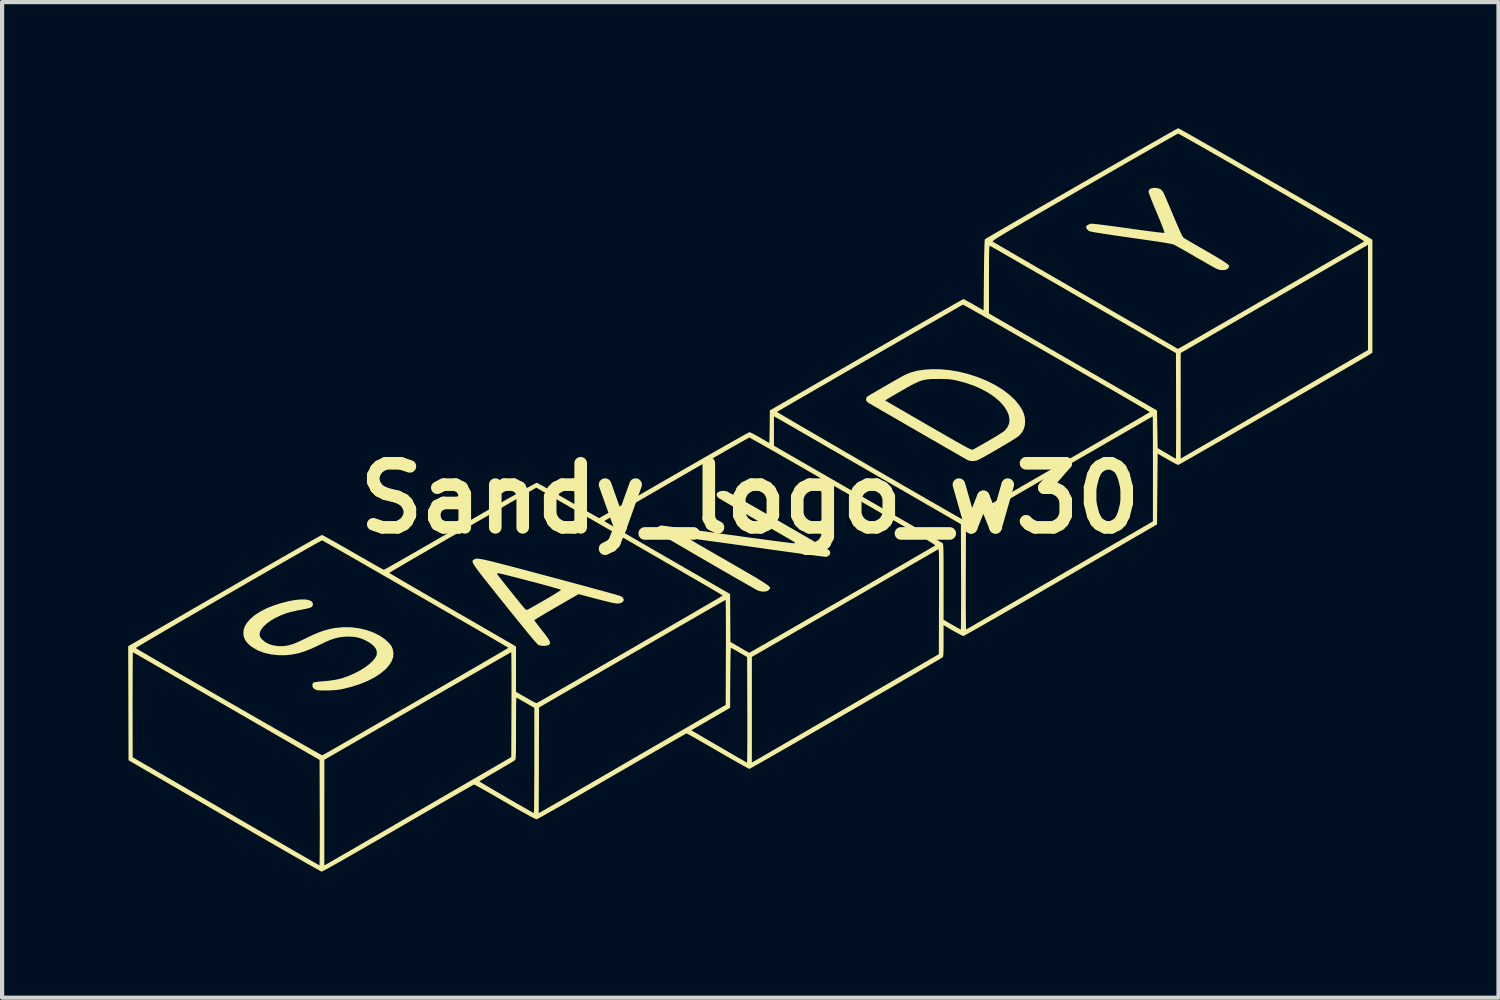
<source format=kicad_pcb>
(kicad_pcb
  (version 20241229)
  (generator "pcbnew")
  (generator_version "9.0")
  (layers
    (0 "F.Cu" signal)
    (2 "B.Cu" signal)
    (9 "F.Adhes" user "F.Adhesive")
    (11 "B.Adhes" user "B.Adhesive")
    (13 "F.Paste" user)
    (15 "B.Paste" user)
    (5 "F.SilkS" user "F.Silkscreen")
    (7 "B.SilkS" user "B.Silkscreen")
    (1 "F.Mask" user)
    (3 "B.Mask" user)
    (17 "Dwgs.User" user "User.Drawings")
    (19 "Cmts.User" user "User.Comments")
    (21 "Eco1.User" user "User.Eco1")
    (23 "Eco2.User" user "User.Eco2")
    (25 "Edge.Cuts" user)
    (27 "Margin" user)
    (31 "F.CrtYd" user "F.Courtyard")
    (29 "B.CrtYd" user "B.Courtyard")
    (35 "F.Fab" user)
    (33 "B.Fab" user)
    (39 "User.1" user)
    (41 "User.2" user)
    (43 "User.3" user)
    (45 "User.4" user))
  (footprint "Sandy_logo_w30"
    (layer "F.Cu")
    (at 14.793 8.807)
    (property "Reference" "Sandy_logo_w30" (at 0 0 0) (layer "F.SilkS") (effects (font (size 1.524 1.524) (thickness 0.3))))
    (attr board_only exclude_from_pos_files exclude_from_bom)
    (fp_poly (pts (xy 9.71 -7.379) (xy 9.769 -7.355) (xy 9.814 -7.312) (xy 9.845 -7.258) (xy 9.859 -7.226) (xy 9.884 -7.169) (xy 9.917 -7.093) (xy 9.956 -7) (xy 10.001 -6.896) (xy 10.048 -6.783) (xy 10.082 -6.701) (xy 10.141 -6.563) (xy 10.19 -6.451) (xy 10.229 -6.362) (xy 10.261 -6.294) (xy 10.286 -6.246) (xy 10.305 -6.215) (xy 10.32 -6.198) (xy 10.321 -6.197) (xy 10.343 -6.183) (xy 10.387 -6.157) (xy 10.451 -6.119) (xy 10.532 -6.072) (xy 10.626 -6.017) (xy 10.73 -5.957) (xy 10.842 -5.893) (xy 10.847 -5.89) (xy 10.987 -5.809) (xy 11.102 -5.741) (xy 11.195 -5.685) (xy 11.268 -5.639) (xy 11.323 -5.602) (xy 11.362 -5.573) (xy 11.387 -5.55) (xy 11.399 -5.532) (xy 11.402 -5.52) (xy 11.393 -5.5) (xy 11.369 -5.471) (xy 11.365 -5.468) (xy 11.338 -5.446) (xy 11.305 -5.435) (xy 11.256 -5.431) (xy 11.242 -5.431) (xy 11.189 -5.434) (xy 11.143 -5.445) (xy 11.091 -5.467) (xy 11.05 -5.489) (xy 11.009 -5.511) (xy 10.948 -5.546) (xy 10.869 -5.591) (xy 10.777 -5.644) (xy 10.677 -5.701) (xy 10.573 -5.761) (xy 10.555 -5.772) (xy 10.453 -5.83) (xy 10.357 -5.885) (xy 10.27 -5.935) (xy 10.196 -5.976) (xy 10.14 -6.008) (xy 10.105 -6.027) (xy 10.1 -6.03) (xy 10.081 -6.038) (xy 10.053 -6.046) (xy 10.014 -6.055) (xy 9.961 -6.065) (xy 9.893 -6.077) (xy 9.807 -6.092) (xy 9.702 -6.108) (xy 9.575 -6.127) (xy 9.424 -6.149) (xy 9.247 -6.174) (xy 9.079 -6.198) (xy 8.855 -6.23) (xy 8.658 -6.259) (xy 8.489 -6.284) (xy 8.348 -6.306) (xy 8.235 -6.324) (xy 8.151 -6.339) (xy 8.096 -6.351) (xy 8.072 -6.358) (xy 8.027 -6.391) (xy 8.004 -6.427) (xy 7.997 -6.461) (xy 8.01 -6.485) (xy 8.024 -6.497) (xy 8.064 -6.52) (xy 8.109 -6.535) (xy 8.135 -6.535) (xy 8.189 -6.53) (xy 8.27 -6.522) (xy 8.375 -6.509) (xy 8.502 -6.493) (xy 8.652 -6.473) (xy 8.82 -6.45) (xy 9.004 -6.424) (xy 9.16 -6.402) (xy 9.307 -6.382) (xy 9.442 -6.364) (xy 9.564 -6.348) (xy 9.668 -6.335) (xy 9.752 -6.325) (xy 9.815 -6.319) (xy 9.852 -6.316) (xy 9.862 -6.316) (xy 9.86 -6.332) (xy 9.846 -6.373) (xy 9.824 -6.434) (xy 9.793 -6.513) (xy 9.756 -6.607) (xy 9.713 -6.712) (xy 9.678 -6.794) (xy 9.631 -6.906) (xy 9.589 -7.011) (xy 9.551 -7.104) (xy 9.52 -7.183) (xy 9.498 -7.244) (xy 9.485 -7.283) (xy 9.482 -7.296) (xy 9.495 -7.342) (xy 9.533 -7.372) (xy 9.595 -7.386) (xy 9.63 -7.387)) (stroke (width 0) (type solid)) (fill yes) (layer "F.SilkS"))
    (fp_poly (pts (xy -10.505 2.417) (xy -10.439 2.445) (xy -10.423 2.457) (xy -10.4 2.495) (xy -10.4 2.54) (xy -10.421 2.579) (xy -10.433 2.588) (xy -10.461 2.6) (xy -10.512 2.615) (xy -10.579 2.63) (xy -10.654 2.646) (xy -10.663 2.647) (xy -10.79 2.671) (xy -10.894 2.695) (xy -10.984 2.719) (xy -11.067 2.746) (xy -11.151 2.779) (xy -11.179 2.79) (xy -11.302 2.85) (xy -11.413 2.916) (xy -11.508 2.987) (xy -11.583 3.059) (xy -11.635 3.13) (xy -11.658 3.183) (xy -11.667 3.236) (xy -11.66 3.28) (xy -11.633 3.326) (xy -11.607 3.356) (xy -11.536 3.418) (xy -11.443 3.466) (xy -11.335 3.499) (xy -11.218 3.516) (xy -11.1 3.515) (xy -11.065 3.511) (xy -11 3.5) (xy -10.94 3.486) (xy -10.879 3.467) (xy -10.812 3.442) (xy -10.734 3.408) (xy -10.64 3.364) (xy -10.527 3.309) (xy -10.383 3.24) (xy -10.256 3.187) (xy -10.137 3.145) (xy -10.02 3.113) (xy -9.896 3.088) (xy -9.849 3.081) (xy -9.666 3.064) (xy -9.481 3.067) (xy -9.298 3.091) (xy -9.122 3.133) (xy -8.957 3.192) (xy -8.808 3.267) (xy -8.679 3.356) (xy -8.627 3.403) (xy -8.575 3.456) (xy -8.541 3.499) (xy -8.518 3.538) (xy -8.501 3.584) (xy -8.499 3.592) (xy -8.482 3.685) (xy -8.489 3.773) (xy -8.52 3.863) (xy -8.582 3.967) (xy -8.671 4.067) (xy -8.786 4.163) (xy -8.924 4.254) (xy -9.083 4.337) (xy -9.262 4.411) (xy -9.457 4.476) (xy -9.641 4.524) (xy -9.731 4.543) (xy -9.813 4.556) (xy -9.9 4.564) (xy -10 4.569) (xy -10.044 4.57) (xy -10.146 4.571) (xy -10.228 4.569) (xy -10.286 4.565) (xy -10.315 4.559) (xy -10.372 4.529) (xy -10.403 4.492) (xy -10.412 4.447) (xy -10.403 4.401) (xy -10.384 4.382) (xy -10.359 4.375) (xy -10.31 4.367) (xy -10.245 4.359) (xy -10.169 4.352) (xy -10.151 4.351) (xy -9.993 4.336) (xy -9.857 4.315) (xy -9.732 4.287) (xy -9.612 4.248) (xy -9.486 4.197) (xy -9.41 4.163) (xy -9.28 4.096) (xy -9.164 4.023) (xy -9.063 3.948) (xy -8.981 3.873) (xy -8.92 3.8) (xy -8.885 3.733) (xy -8.882 3.723) (xy -8.877 3.649) (xy -8.901 3.577) (xy -8.955 3.507) (xy -9.038 3.441) (xy -9.138 3.383) (xy -9.246 3.335) (xy -9.353 3.305) (xy -9.467 3.29) (xy -9.597 3.289) (xy -9.609 3.29) (xy -9.706 3.297) (xy -9.796 3.311) (xy -9.887 3.334) (xy -9.983 3.367) (xy -10.092 3.413) (xy -10.218 3.474) (xy -10.247 3.488) (xy -10.429 3.574) (xy -10.596 3.64) (xy -10.752 3.687) (xy -10.904 3.717) (xy -11.056 3.731) (xy -11.214 3.731) (xy -11.215 3.731) (xy -11.394 3.712) (xy -11.561 3.674) (xy -11.71 3.617) (xy -11.84 3.542) (xy -11.911 3.487) (xy -11.981 3.414) (xy -12.026 3.342) (xy -12.048 3.264) (xy -12.053 3.202) (xy -12.044 3.118) (xy -12.017 3.039) (xy -11.968 2.96) (xy -11.894 2.875) (xy -11.883 2.864) (xy -11.778 2.775) (xy -11.646 2.69) (xy -11.492 2.612) (xy -11.318 2.543) (xy -11.15 2.49) (xy -10.985 2.448) (xy -10.836 2.42) (xy -10.705 2.405) (xy -10.594 2.404)) (stroke (width 0) (type solid)) (fill yes) (layer "F.SilkS"))
    (fp_poly (pts (xy -6.457 1.436) (xy -6.418 1.441) (xy -6.37 1.45) (xy -6.311 1.462) (xy -6.238 1.478) (xy -6.15 1.499) (xy -6.046 1.525) (xy -5.925 1.556) (xy -5.783 1.593) (xy -5.621 1.635) (xy -5.435 1.684) (xy -5.226 1.74) (xy -4.99 1.803) (xy -4.778 1.859) (xy -4.562 1.917) (xy -4.352 1.973) (xy -4.152 2.027) (xy -3.963 2.078) (xy -3.787 2.126) (xy -3.626 2.17) (xy -3.482 2.209) (xy -3.357 2.244) (xy -3.253 2.273) (xy -3.171 2.297) (xy -3.114 2.313) (xy -3.083 2.323) (xy -3.08 2.325) (xy -3.028 2.359) (xy -3.004 2.398) (xy -3.007 2.436) (xy -3.034 2.469) (xy -3.084 2.493) (xy -3.131 2.502) (xy -3.159 2.502) (xy -3.196 2.499) (xy -3.245 2.49) (xy -3.31 2.477) (xy -3.394 2.457) (xy -3.499 2.43) (xy -3.631 2.396) (xy -3.641 2.394) (xy -4.078 2.278) (xy -4.604 2.582) (xy -4.719 2.649) (xy -4.824 2.71) (xy -4.919 2.766) (xy -4.999 2.814) (xy -5.063 2.853) (xy -5.107 2.881) (xy -5.129 2.896) (xy -5.131 2.898) (xy -5.122 2.913) (xy -5.097 2.948) (xy -5.059 2.998) (xy -5.011 3.061) (xy -4.955 3.132) (xy -4.944 3.147) (xy -4.872 3.238) (xy -4.82 3.309) (xy -4.783 3.364) (xy -4.763 3.405) (xy -4.756 3.436) (xy -4.762 3.46) (xy -4.779 3.48) (xy -4.789 3.487) (xy -4.83 3.503) (xy -4.889 3.51) (xy -4.952 3.507) (xy -5.011 3.496) (xy -5.035 3.487) (xy -5.055 3.47) (xy -5.092 3.429) (xy -5.149 3.365) (xy -5.223 3.277) (xy -5.315 3.165) (xy -5.426 3.029) (xy -5.555 2.87) (xy -5.703 2.687) (xy -5.841 2.514) (xy -5.983 2.337) (xy -6.106 2.182) (xy -6.213 2.048) (xy -6.305 1.932) (xy -6.382 1.834) (xy -6.409 1.798) (xy -6.016 1.798) (xy -6.007 1.812) (xy -5.982 1.846) (xy -5.943 1.897) (xy -5.892 1.962) (xy -5.833 2.036) (xy -5.769 2.118) (xy -5.7 2.203) (xy -5.631 2.289) (xy -5.564 2.373) (xy -5.502 2.45) (xy -5.446 2.518) (xy -5.4 2.574) (xy -5.366 2.614) (xy -5.347 2.635) (xy -5.345 2.637) (xy -5.319 2.652) (xy -5.308 2.656) (xy -5.292 2.648) (xy -5.254 2.628) (xy -5.196 2.596) (xy -5.122 2.554) (xy -5.035 2.505) (xy -4.938 2.449) (xy -4.889 2.421) (xy -4.79 2.363) (xy -4.701 2.31) (xy -4.624 2.262) (xy -4.562 2.224) (xy -4.519 2.195) (xy -4.498 2.178) (xy -4.496 2.174) (xy -4.514 2.167) (xy -4.557 2.154) (xy -4.622 2.135) (xy -4.707 2.111) (xy -4.807 2.083) (xy -4.919 2.053) (xy -5.04 2.02) (xy -5.166 1.987) (xy -5.294 1.953) (xy -5.421 1.92) (xy -5.544 1.888) (xy -5.658 1.859) (xy -5.761 1.833) (xy -5.85 1.811) (xy -5.92 1.795) (xy -5.969 1.784) (xy -5.993 1.78) (xy -5.994 1.78) (xy -6.014 1.793) (xy -6.016 1.798) (xy -6.409 1.798) (xy -6.445 1.751) (xy -6.496 1.683) (xy -6.536 1.628) (xy -6.565 1.583) (xy -6.585 1.549) (xy -6.597 1.522) (xy -6.601 1.502) (xy -6.6 1.487) (xy -6.594 1.476) (xy -6.583 1.467) (xy -6.571 1.459) (xy -6.558 1.45) (xy -6.544 1.444) (xy -6.529 1.438) (xy -6.51 1.435) (xy -6.487 1.434)) (stroke (width 0) (type solid)) (fill yes) (layer "F.SilkS"))
    (fp_poly (pts (xy -0.57 -0.172) (xy -0.545 -0.164) (xy -0.526 -0.154) (xy -0.484 -0.131) (xy -0.42 -0.095) (xy -0.337 -0.048) (xy -0.237 0.009) (xy -0.122 0.074) (xy 0.005 0.147) (xy 0.142 0.225) (xy 0.287 0.309) (xy 0.437 0.395) (xy 0.591 0.484) (xy 0.746 0.573) (xy 0.9 0.662) (xy 1.051 0.749) (xy 1.195 0.832) (xy 1.332 0.912) (xy 1.459 0.985) (xy 1.573 1.051) (xy 1.672 1.109) (xy 1.754 1.158) (xy 1.818 1.195) (xy 1.859 1.22) (xy 1.877 1.231) (xy 1.906 1.268) (xy 1.909 1.309) (xy 1.89 1.348) (xy 1.849 1.379) (xy 1.817 1.391) (xy 1.797 1.39) (xy 1.75 1.385) (xy 1.677 1.376) (xy 1.581 1.364) (xy 1.462 1.349) (xy 1.324 1.331) (xy 1.167 1.31) (xy 0.995 1.286) (xy 0.809 1.261) (xy 0.61 1.233) (xy 0.402 1.204) (xy 0.186 1.173) (xy 0.169 1.171) (xy -0.047 1.14) (xy -0.255 1.111) (xy -0.452 1.083) (xy -0.638 1.058) (xy -0.809 1.034) (xy -0.964 1.013) (xy -1.101 0.994) (xy -1.218 0.978) (xy -1.313 0.965) (xy -1.385 0.956) (xy -1.431 0.951) (xy -1.449 0.949) (xy -1.449 0.949) (xy -1.451 0.952) (xy -1.45 0.955) (xy -1.444 0.961) (xy -1.433 0.97) (xy -1.413 0.983) (xy -1.384 1.001) (xy -1.344 1.026) (xy -1.29 1.057) (xy -1.222 1.097) (xy -1.137 1.147) (xy -1.034 1.206) (xy -0.911 1.277) (xy -0.766 1.361) (xy -0.597 1.457) (xy -0.51 1.508) (xy -0.321 1.616) (xy -0.157 1.712) (xy -0.015 1.794) (xy 0.105 1.865) (xy 0.205 1.925) (xy 0.286 1.975) (xy 0.351 2.017) (xy 0.401 2.05) (xy 0.437 2.077) (xy 0.461 2.099) (xy 0.475 2.115) (xy 0.48 2.128) (xy 0.48 2.129) (xy 0.471 2.149) (xy 0.452 2.176) (xy 0.413 2.203) (xy 0.355 2.217) (xy 0.287 2.217) (xy 0.218 2.203) (xy 0.178 2.187) (xy 0.149 2.172) (xy 0.098 2.144) (xy 0.027 2.103) (xy -0.063 2.052) (xy -0.169 1.992) (xy -0.288 1.924) (xy -0.418 1.849) (xy -0.558 1.768) (xy -0.705 1.684) (xy -0.856 1.596) (xy -1.009 1.508) (xy -1.162 1.419) (xy -1.314 1.331) (xy -1.46 1.245) (xy -1.6 1.164) (xy -1.731 1.087) (xy -1.851 1.017) (xy -1.957 0.955) (xy -2.048 0.902) (xy -2.12 0.859) (xy -2.172 0.827) (xy -2.202 0.809) (xy -2.207 0.805) (xy -2.232 0.766) (xy -2.23 0.725) (xy -2.201 0.688) (xy -2.172 0.67) (xy -2.116 0.643) (xy -0.517 0.863) (xy -0.301 0.892) (xy -0.094 0.921) (xy 0.103 0.947) (xy 0.287 0.972) (xy 0.458 0.995) (xy 0.612 1.015) (xy 0.748 1.033) (xy 0.865 1.048) (xy 0.959 1.06) (xy 1.03 1.068) (xy 1.074 1.073) (xy 1.091 1.074) (xy 1.091 1.074) (xy 1.095 1.06) (xy 1.094 1.06) (xy 1.08 1.052) (xy 1.043 1.03) (xy 0.983 0.995) (xy 0.904 0.949) (xy 0.807 0.893) (xy 0.695 0.829) (xy 0.569 0.756) (xy 0.433 0.677) (xy 0.286 0.593) (xy 0.18 0.532) (xy 0.028 0.444) (xy -0.117 0.36) (xy -0.253 0.282) (xy -0.378 0.209) (xy -0.489 0.144) (xy -0.584 0.088) (xy -0.661 0.042) (xy -0.718 0.008) (xy -0.752 -0.014) (xy -0.761 -0.02) (xy -0.788 -0.058) (xy -0.795 -0.091) (xy -0.782 -0.127) (xy -0.745 -0.156) (xy -0.694 -0.174) (xy -0.633 -0.18)) (stroke (width 0) (type solid)) (fill yes) (layer "F.SilkS"))
    (fp_poly (pts (xy 4.531 -3.071) (xy 4.73 -3.053) (xy 4.736 -3.053) (xy 4.971 -3.013) (xy 5.201 -2.956) (xy 5.422 -2.884) (xy 5.633 -2.798) (xy 5.829 -2.699) (xy 6.008 -2.59) (xy 6.166 -2.471) (xy 6.301 -2.345) (xy 6.407 -2.216) (xy 6.473 -2.112) (xy 6.516 -2.016) (xy 6.539 -1.919) (xy 6.546 -1.829) (xy 6.535 -1.713) (xy 6.498 -1.613) (xy 6.435 -1.524) (xy 6.391 -1.482) (xy 6.361 -1.46) (xy 6.309 -1.425) (xy 6.237 -1.38) (xy 6.15 -1.327) (xy 6.052 -1.268) (xy 5.946 -1.205) (xy 5.864 -1.157) (xy 5.742 -1.087) (xy 5.644 -1.031) (xy 5.565 -0.986) (xy 5.503 -0.953) (xy 5.455 -0.928) (xy 5.417 -0.911) (xy 5.387 -0.9) (xy 5.362 -0.894) (xy 5.338 -0.891) (xy 5.319 -0.889) (xy 5.254 -0.89) (xy 5.204 -0.901) (xy 5.169 -0.917) (xy 5.142 -0.932) (xy 5.092 -0.96) (xy 5.022 -1) (xy 4.933 -1.051) (xy 4.828 -1.112) (xy 4.709 -1.18) (xy 4.578 -1.255) (xy 4.439 -1.336) (xy 4.292 -1.42) (xy 4.141 -1.507) (xy 3.988 -1.596) (xy 3.835 -1.684) (xy 3.684 -1.771) (xy 3.538 -1.856) (xy 3.399 -1.936) (xy 3.269 -2.011) (xy 3.151 -2.079) (xy 3.047 -2.14) (xy 2.96 -2.19) (xy 2.891 -2.231) (xy 2.843 -2.259) (xy 2.818 -2.273) (xy 2.817 -2.275) (xy 2.778 -2.305) (xy 2.766 -2.329) (xy 3.217 -2.329) (xy 3.231 -2.321) (xy 3.269 -2.298) (xy 3.328 -2.264) (xy 3.408 -2.217) (xy 3.506 -2.161) (xy 3.62 -2.095) (xy 3.748 -2.02) (xy 3.888 -1.939) (xy 4.039 -1.852) (xy 4.197 -1.761) (xy 4.247 -1.732) (xy 4.434 -1.624) (xy 4.597 -1.53) (xy 4.738 -1.449) (xy 4.858 -1.381) (xy 4.958 -1.324) (xy 5.042 -1.277) (xy 5.11 -1.239) (xy 5.165 -1.21) (xy 5.208 -1.188) (xy 5.24 -1.173) (xy 5.264 -1.163) (xy 5.282 -1.159) (xy 5.294 -1.158) (xy 5.303 -1.159) (xy 5.31 -1.162) (xy 5.333 -1.175) (xy 5.379 -1.201) (xy 5.442 -1.237) (xy 5.52 -1.281) (xy 5.607 -1.331) (xy 5.679 -1.372) (xy 5.772 -1.427) (xy 5.859 -1.479) (xy 5.936 -1.527) (xy 5.998 -1.566) (xy 6.041 -1.596) (xy 6.059 -1.61) (xy 6.126 -1.692) (xy 6.165 -1.78) (xy 6.174 -1.877) (xy 6.155 -1.981) (xy 6.118 -2.072) (xy 6.044 -2.19) (xy 5.943 -2.304) (xy 5.817 -2.412) (xy 5.669 -2.512) (xy 5.502 -2.604) (xy 5.318 -2.684) (xy 5.119 -2.752) (xy 4.908 -2.807) (xy 4.901 -2.808) (xy 4.835 -2.821) (xy 4.773 -2.83) (xy 4.705 -2.836) (xy 4.626 -2.84) (xy 4.527 -2.841) (xy 4.478 -2.841) (xy 4.379 -2.84) (xy 4.294 -2.838) (xy 4.22 -2.831) (xy 4.151 -2.82) (xy 4.084 -2.803) (xy 4.015 -2.778) (xy 3.938 -2.743) (xy 3.85 -2.698) (xy 3.746 -2.641) (xy 3.621 -2.57) (xy 3.586 -2.55) (xy 3.491 -2.495) (xy 3.405 -2.444) (xy 3.331 -2.401) (xy 3.273 -2.366) (xy 3.234 -2.341) (xy 3.218 -2.33) (xy 3.217 -2.329) (xy 2.766 -2.329) (xy 2.762 -2.335) (xy 2.761 -2.353) (xy 2.769 -2.393) (xy 2.787 -2.418) (xy 2.806 -2.431) (xy 2.848 -2.457) (xy 2.908 -2.493) (xy 2.983 -2.537) (xy 3.069 -2.587) (xy 3.162 -2.641) (xy 3.259 -2.697) (xy 3.355 -2.752) (xy 3.447 -2.805) (xy 3.531 -2.852) (xy 3.603 -2.893) (xy 3.66 -2.924) (xy 3.698 -2.944) (xy 3.698 -2.944) (xy 3.828 -2.997) (xy 3.981 -3.037) (xy 4.152 -3.062) (xy 4.337 -3.074)) (stroke (width 0) (type solid)) (fill yes) (layer "F.SilkS"))
    (fp_poly (pts (xy 10.203 -8.799) (xy 10.243 -8.778) (xy 10.305 -8.743) (xy 10.388 -8.697) (xy 10.491 -8.639) (xy 10.611 -8.57) (xy 10.748 -8.492) (xy 10.9 -8.406) (xy 11.065 -8.312) (xy 11.241 -8.211) (xy 11.427 -8.105) (xy 11.621 -7.993) (xy 11.822 -7.878) (xy 12.028 -7.76) (xy 12.238 -7.64) (xy 12.449 -7.519) (xy 12.66 -7.398) (xy 12.87 -7.277) (xy 13.077 -7.158) (xy 13.279 -7.041) (xy 13.475 -6.929) (xy 13.663 -6.82) (xy 13.842 -6.717) (xy 14.01 -6.62) (xy 14.164 -6.531) (xy 14.305 -6.449) (xy 14.429 -6.377) (xy 14.536 -6.315) (xy 14.624 -6.263) (xy 14.691 -6.224) (xy 14.736 -6.197) (xy 14.752 -6.187) (xy 14.808 -6.151) (xy 14.808 -3.466) (xy 14.752 -3.429) (xy 14.724 -3.413) (xy 14.674 -3.382) (xy 14.601 -3.339) (xy 14.508 -3.285) (xy 14.396 -3.22) (xy 14.267 -3.144) (xy 14.123 -3.061) (xy 13.965 -2.969) (xy 13.795 -2.87) (xy 13.614 -2.765) (xy 13.423 -2.655) (xy 13.226 -2.54) (xy 13.022 -2.423) (xy 12.815 -2.303) (xy 12.605 -2.181) (xy 12.393 -2.059) (xy 12.183 -1.938) (xy 11.974 -1.818) (xy 11.769 -1.7) (xy 11.57 -1.585) (xy 11.378 -1.474) (xy 11.195 -1.369) (xy 11.021 -1.269) (xy 10.86 -1.177) (xy 10.712 -1.092) (xy 10.579 -1.016) (xy 10.463 -0.949) (xy 10.365 -0.894) (xy 10.287 -0.85) (xy 10.23 -0.818) (xy 10.197 -0.8) (xy 10.188 -0.795) (xy 10.168 -0.803) (xy 10.127 -0.823) (xy 10.069 -0.854) (xy 9.999 -0.892) (xy 9.932 -0.93) (xy 9.699 -1.065) (xy 9.692 -0.222) (xy 9.684 0.62) (xy 7.396 1.947) (xy 7.154 2.087) (xy 6.919 2.223) (xy 6.692 2.355) (xy 6.474 2.48) (xy 6.267 2.599) (xy 6.072 2.711) (xy 5.891 2.816) (xy 5.724 2.911) (xy 5.574 2.997) (xy 5.44 3.073) (xy 5.326 3.138) (xy 5.231 3.191) (xy 5.158 3.232) (xy 5.108 3.259) (xy 5.082 3.273) (xy 5.079 3.274) (xy 5.056 3.267) (xy 5.013 3.247) (xy 4.954 3.216) (xy 4.884 3.178) (xy 4.827 3.146) (xy 4.606 3.017) (xy 4.606 3.39) (xy 4.606 3.508) (xy 4.605 3.6) (xy 4.603 3.669) (xy 4.6 3.718) (xy 4.596 3.75) (xy 4.591 3.77) (xy 4.584 3.78) (xy 4.584 3.781) (xy 4.566 3.792) (xy 4.525 3.817) (xy 4.461 3.855) (xy 4.376 3.905) (xy 4.271 3.966) (xy 4.149 4.037) (xy 4.011 4.118) (xy 3.858 4.207) (xy 3.692 4.303) (xy 3.515 4.406) (xy 3.328 4.515) (xy 3.132 4.628) (xy 2.931 4.745) (xy 2.724 4.864) (xy 2.514 4.986) (xy 2.302 5.108) (xy 2.091 5.23) (xy 1.88 5.352) (xy 1.673 5.471) (xy 1.47 5.588) (xy 1.274 5.701) (xy 1.086 5.81) (xy 0.907 5.913) (xy 0.739 6.009) (xy 0.584 6.098) (xy 0.443 6.179) (xy 0.318 6.25) (xy 0.211 6.311) (xy 0.122 6.361) (xy 0.055 6.399) (xy 0.009 6.425) (xy -0.012 6.436) (xy -0.013 6.436) (xy -0.031 6.429) (xy -0.071 6.408) (xy -0.133 6.374) (xy -0.213 6.33) (xy -0.292 6.285) (xy 0.045 6.285) (xy 0.296 6.14) (xy 0.338 6.115) (xy 0.405 6.077) (xy 0.494 6.025) (xy 0.604 5.961) (xy 0.733 5.887) (xy 0.88 5.801) (xy 1.043 5.707) (xy 1.22 5.604) (xy 1.41 5.494) (xy 1.611 5.378) (xy 1.822 5.256) (xy 2.04 5.129) (xy 2.264 4.999) (xy 2.493 4.867) (xy 2.52 4.851) (xy 4.493 3.707) (xy 4.497 2.453) (xy 4.498 2.226) (xy 4.498 2.027) (xy 4.498 1.854) (xy 4.498 1.707) (xy 4.498 1.582) (xy 4.497 1.479) (xy 4.496 1.396) (xy 4.495 1.33) (xy 4.493 1.281) (xy 4.49 1.246) (xy 4.488 1.224) (xy 4.485 1.213) (xy 4.481 1.211) (xy 4.481 1.211) (xy 4.466 1.219) (xy 4.426 1.242) (xy 4.363 1.279) (xy 4.278 1.328) (xy 4.173 1.389) (xy 4.048 1.461) (xy 3.906 1.543) (xy 3.747 1.635) (xy 3.573 1.735) (xy 3.385 1.844) (xy 3.184 1.96) (xy 2.972 2.082) (xy 2.751 2.21) (xy 2.521 2.343) (xy 2.284 2.479) (xy 2.253 2.498) (xy 0.045 3.772) (xy 0.045 6.285) (xy -0.292 6.285) (xy -0.31 6.275) (xy -0.42 6.213) (xy -0.542 6.143) (xy -0.673 6.068) (xy -0.765 6.014) (xy -0.9 5.936) (xy -1.028 5.862) (xy -1.146 5.795) (xy -1.251 5.734) (xy -1.341 5.683) (xy -1.414 5.642) (xy -1.468 5.612) (xy -1.5 5.595) (xy -1.508 5.592) (xy -1.522 5.599) (xy -1.561 5.62) (xy -1.623 5.655) (xy -1.707 5.703) (xy -1.81 5.762) (xy -1.931 5.831) (xy -2.07 5.911) (xy -2.224 6) (xy -2.392 6.096) (xy -2.572 6.2) (xy -2.763 6.311) (xy -2.963 6.427) (xy -3.171 6.547) (xy -3.278 6.609) (xy -3.49 6.732) (xy -3.695 6.851) (xy -3.892 6.964) (xy -4.079 7.072) (xy -4.255 7.173) (xy -4.417 7.266) (xy -4.566 7.351) (xy -4.698 7.426) (xy -4.813 7.491) (xy -4.909 7.545) (xy -4.984 7.587) (xy -5.037 7.616) (xy -5.066 7.631) (xy -5.072 7.633) (xy -5.087 7.631) (xy -5.115 7.62) (xy -5.158 7.6) (xy -5.217 7.569) (xy -5.293 7.528) (xy -5.366 7.487) (xy -5.026 7.487) (xy -4.97 7.457) (xy -4.951 7.447) (xy -4.907 7.422) (xy -4.841 7.383) (xy -4.752 7.332) (xy -4.643 7.27) (xy -4.515 7.196) (xy -4.37 7.112) (xy -4.208 7.018) (xy -4.032 6.916) (xy -3.842 6.806) (xy -3.64 6.689) (xy -3.427 6.566) (xy -3.205 6.437) (xy -2.976 6.304) (xy -2.746 6.17) (xy -1.62 5.518) (xy -1.396 5.518) (xy -0.739 5.901) (xy -0.611 5.975) (xy -0.491 6.045) (xy -0.381 6.109) (xy -0.284 6.165) (xy -0.202 6.212) (xy -0.138 6.248) (xy -0.094 6.273) (xy -0.073 6.284) (xy -0.071 6.285) (xy -0.069 6.27) (xy -0.068 6.228) (xy -0.067 6.16) (xy -0.065 6.069) (xy -0.065 5.957) (xy -0.064 5.825) (xy -0.063 5.677) (xy -0.063 5.513) (xy -0.063 5.338) (xy -0.063 5.152) (xy -0.064 5.031) (xy -0.068 3.775) (xy -0.255 3.666) (xy -0.322 3.627) (xy -0.381 3.594) (xy -0.425 3.57) (xy -0.45 3.557) (xy -0.454 3.556) (xy -0.456 3.571) (xy -0.458 3.612) (xy -0.461 3.678) (xy -0.463 3.765) (xy -0.465 3.87) (xy -0.466 3.991) (xy -0.468 4.124) (xy -0.469 4.267) (xy -0.469 4.269) (xy -0.473 4.983) (xy -1.396 5.518) (xy -1.62 5.518) (xy -0.578 4.913) (xy -0.574 3.664) (xy -0.573 3.474) (xy -0.573 3.292) (xy -0.573 3.121) (xy -0.574 2.964) (xy -0.574 2.822) (xy -0.575 2.698) (xy -0.576 2.593) (xy -0.577 2.511) (xy -0.579 2.453) (xy -0.58 2.422) (xy -0.581 2.416) (xy -0.595 2.424) (xy -0.634 2.445) (xy -0.696 2.481) (xy -0.78 2.529) (xy -0.884 2.588) (xy -1.008 2.659) (xy -1.15 2.741) (xy -1.308 2.832) (xy -1.481 2.932) (xy -1.669 3.04) (xy -1.869 3.155) (xy -2.08 3.277) (xy -2.301 3.404) (xy -2.531 3.537) (xy -2.768 3.673) (xy -2.806 3.695) (xy -5.018 4.974) (xy -5.022 6.23) (xy -5.026 7.487) (xy -5.366 7.487) (xy -5.389 7.475) (xy -5.505 7.409) (xy -5.644 7.329) (xy -5.807 7.235) (xy -5.828 7.223) (xy -5.963 7.145) (xy -6.09 7.072) (xy -6.206 7.005) (xy -6.311 6.946) (xy -6.4 6.895) (xy -6.473 6.855) (xy -6.525 6.826) (xy -6.556 6.81) (xy -6.563 6.807) (xy -6.578 6.814) (xy -6.617 6.836) (xy -6.679 6.871) (xy -6.762 6.918) (xy -6.866 6.978) (xy -6.988 7.047) (xy -7.126 7.127) (xy -7.281 7.216) (xy -7.449 7.313) (xy -7.63 7.418) (xy -7.822 7.528) (xy -8.023 7.645) (xy -8.232 7.766) (xy -8.367 7.844) (xy -8.603 7.981) (xy -8.827 8.111) (xy -9.039 8.232) (xy -9.236 8.346) (xy -9.419 8.45) (xy -9.585 8.545) (xy -9.733 8.63) (xy -9.863 8.703) (xy -9.973 8.765) (xy -10.062 8.814) (xy -10.129 8.85) (xy -10.172 8.872) (xy -10.19 8.88) (xy -10.19 8.88) (xy -10.207 8.873) (xy -10.248 8.851) (xy -10.312 8.815) (xy -10.398 8.767) (xy -10.459 8.732) (xy -10.127 8.732) (xy -10.086 8.71) (xy -10.068 8.7) (xy -10.027 8.676) (xy -9.962 8.639) (xy -9.875 8.588) (xy -9.767 8.526) (xy -9.641 8.453) (xy -9.497 8.37) (xy -9.336 8.277) (xy -9.161 8.175) (xy -8.972 8.065) (xy -8.77 7.949) (xy -8.558 7.826) (xy -8.337 7.697) (xy -8.107 7.564) (xy -7.871 7.427) (xy -7.862 7.422) (xy -6.677 6.735) (xy -6.436 6.735) (xy -6.423 6.744) (xy -6.387 6.766) (xy -6.332 6.799) (xy -6.259 6.842) (xy -6.172 6.893) (xy -6.075 6.951) (xy -5.969 7.012) (xy -5.859 7.076) (xy -5.747 7.142) (xy -5.636 7.206) (xy -5.529 7.268) (xy -5.429 7.325) (xy -5.339 7.376) (xy -5.263 7.42) (xy -5.203 7.454) (xy -5.162 7.476) (xy -5.143 7.485) (xy -5.142 7.486) (xy -5.141 7.471) (xy -5.139 7.429) (xy -5.137 7.361) (xy -5.136 7.27) (xy -5.135 7.157) (xy -5.134 7.025) (xy -5.133 6.877) (xy -5.132 6.714) (xy -5.131 6.539) (xy -5.131 6.353) (xy -5.131 6.235) (xy -5.131 4.984) (xy -5.34 4.862) (xy -5.411 4.821) (xy -5.473 4.786) (xy -5.521 4.76) (xy -5.551 4.744) (xy -5.558 4.741) (xy -5.559 4.755) (xy -5.561 4.797) (xy -5.562 4.863) (xy -5.564 4.95) (xy -5.565 5.056) (xy -5.565 5.178) (xy -5.566 5.312) (xy -5.566 5.456) (xy -5.566 5.474) (xy -5.566 5.642) (xy -5.566 5.782) (xy -5.567 5.897) (xy -5.568 5.991) (xy -5.569 6.064) (xy -5.571 6.12) (xy -5.573 6.161) (xy -5.577 6.19) (xy -5.581 6.209) (xy -5.585 6.221) (xy -5.591 6.229) (xy -5.592 6.23) (xy -5.612 6.243) (xy -5.653 6.269) (xy -5.714 6.306) (xy -5.791 6.351) (xy -5.881 6.404) (xy -5.979 6.461) (xy -6.027 6.489) (xy -6.128 6.547) (xy -6.219 6.601) (xy -6.298 6.648) (xy -6.362 6.687) (xy -6.408 6.715) (xy -6.432 6.732) (xy -6.436 6.735) (xy -6.677 6.735) (xy -5.679 6.156) (xy -5.675 4.908) (xy -5.674 4.718) (xy -5.674 4.536) (xy -5.674 4.365) (xy -5.674 4.208) (xy -5.675 4.066) (xy -5.676 3.942) (xy -5.676 3.838) (xy -5.678 3.755) (xy -5.679 3.697) (xy -5.68 3.666) (xy -5.681 3.661) (xy -5.695 3.668) (xy -5.734 3.69) (xy -5.795 3.725) (xy -5.879 3.773) (xy -5.984 3.832) (xy -6.107 3.903) (xy -6.249 3.984) (xy -6.407 4.075) (xy -6.581 4.175) (xy -6.768 4.283) (xy -6.968 4.398) (xy -7.18 4.519) (xy -7.401 4.647) (xy -7.631 4.779) (xy -7.868 4.916) (xy -7.909 4.94) (xy -10.126 6.219) (xy -10.127 7.476) (xy -10.127 8.732) (xy -10.459 8.732) (xy -10.505 8.707) (xy -10.631 8.635) (xy -10.775 8.553) (xy -10.936 8.461) (xy -11.111 8.36) (xy -11.301 8.251) (xy -11.503 8.134) (xy -11.717 8.011) (xy -11.94 7.882) (xy -12.172 7.748) (xy -12.412 7.609) (xy -12.505 7.555) (xy -14.785 6.231) (xy -14.789 4.874) (xy -14.789 4.794) (xy -14.688 4.794) (xy -14.688 4.91) (xy -14.687 6.159) (xy -12.471 7.444) (xy -12.233 7.582) (xy -12.002 7.716) (xy -11.779 7.845) (xy -11.566 7.968) (xy -11.364 8.085) (xy -11.175 8.195) (xy -10.999 8.296) (xy -10.838 8.389) (xy -10.693 8.473) (xy -10.566 8.546) (xy -10.458 8.608) (xy -10.371 8.658) (xy -10.305 8.696) (xy -10.262 8.72) (xy -10.244 8.73) (xy -10.243 8.73) (xy -10.241 8.716) (xy -10.24 8.674) (xy -10.239 8.606) (xy -10.237 8.515) (xy -10.237 8.402) (xy -10.236 8.27) (xy -10.235 8.122) (xy -10.235 7.959) (xy -10.235 7.783) (xy -10.235 7.598) (xy -10.236 7.477) (xy -10.24 6.222) (xy -12.458 4.941) (xy -12.696 4.804) (xy -12.927 4.671) (xy -13.15 4.542) (xy -13.363 4.419) (xy -13.565 4.303) (xy -13.754 4.194) (xy -13.93 4.093) (xy -14.091 4) (xy -14.235 3.917) (xy -14.362 3.844) (xy -14.469 3.782) (xy -14.556 3.732) (xy -14.622 3.695) (xy -14.664 3.671) (xy -14.682 3.661) (xy -14.682 3.661) (xy -14.683 3.675) (xy -14.684 3.718) (xy -14.685 3.786) (xy -14.685 3.877) (xy -14.686 3.99) (xy -14.687 4.122) (xy -14.687 4.27) (xy -14.687 4.433) (xy -14.687 4.608) (xy -14.688 4.794) (xy -14.789 4.794) (xy -14.793 3.561) (xy -14.613 3.561) (xy -14.597 3.571) (xy -14.557 3.596) (xy -14.495 3.633) (xy -14.411 3.682) (xy -14.308 3.742) (xy -14.188 3.812) (xy -14.051 3.892) (xy -13.9 3.979) (xy -13.736 4.074) (xy -13.561 4.176) (xy -13.376 4.282) (xy -13.184 4.394) (xy -12.985 4.508) (xy -12.781 4.626) (xy -12.574 4.745) (xy -12.366 4.865) (xy -12.158 4.984) (xy -11.952 5.102) (xy -11.75 5.219) (xy -11.552 5.332) (xy -11.362 5.441) (xy -11.179 5.545) (xy -11.007 5.644) (xy -10.846 5.736) (xy -10.699 5.82) (xy -10.566 5.895) (xy -10.45 5.961) (xy -10.353 6.016) (xy -10.274 6.06) (xy -10.218 6.091) (xy -10.184 6.109) (xy -10.175 6.113) (xy -10.16 6.105) (xy -10.121 6.083) (xy -10.058 6.047) (xy -9.973 5.999) (xy -9.868 5.938) (xy -9.744 5.867) (xy -9.601 5.785) (xy -9.442 5.694) (xy -9.268 5.594) (xy -9.08 5.485) (xy -8.88 5.37) (xy -8.668 5.248) (xy -8.447 5.121) (xy -8.217 4.988) (xy -7.98 4.852) (xy -7.951 4.835) (xy -7.714 4.698) (xy -7.484 4.565) (xy -7.262 4.437) (xy -7.05 4.314) (xy -6.849 4.198) (xy -6.661 4.089) (xy -6.486 3.988) (xy -6.327 3.895) (xy -6.184 3.812) (xy -6.059 3.74) (xy -5.953 3.678) (xy -5.867 3.628) (xy -5.804 3.59) (xy -5.763 3.566) (xy -5.747 3.556) (xy -5.747 3.556) (xy -5.759 3.547) (xy -5.796 3.525) (xy -5.856 3.49) (xy -5.937 3.442) (xy -6.038 3.383) (xy -6.156 3.314) (xy -6.291 3.236) (xy -6.44 3.149) (xy -6.603 3.055) (xy -6.776 2.955) (xy -6.96 2.849) (xy -7.151 2.738) (xy -7.349 2.624) (xy -7.552 2.506) (xy -7.758 2.387) (xy -7.966 2.268) (xy -8.174 2.148) (xy -8.38 2.029) (xy -8.583 1.912) (xy -8.78 1.799) (xy -8.826 1.772) (xy -8.581 1.772) (xy -8.569 1.781) (xy -8.532 1.804) (xy -8.472 1.839) (xy -8.391 1.887) (xy -8.291 1.946) (xy -8.173 2.015) (xy -8.039 2.093) (xy -7.89 2.179) (xy -7.729 2.273) (xy -7.556 2.373) (xy -7.374 2.478) (xy -7.184 2.588) (xy -7.13 2.619) (xy -6.937 2.73) (xy -6.75 2.838) (xy -6.572 2.941) (xy -6.403 3.038) (xy -6.247 3.129) (xy -6.104 3.212) (xy -5.976 3.286) (xy -5.865 3.35) (xy -5.772 3.404) (xy -5.7 3.445) (xy -5.651 3.474) (xy -5.625 3.49) (xy -5.622 3.491) (xy -5.566 3.526) (xy -5.566 4.602) (xy -5.33 4.739) (xy -5.254 4.782) (xy -5.186 4.82) (xy -5.131 4.849) (xy -5.093 4.867) (xy -5.078 4.872) (xy -5.063 4.864) (xy -5.024 4.842) (xy -4.961 4.807) (xy -4.877 4.759) (xy -4.772 4.699) (xy -4.648 4.627) (xy -4.506 4.546) (xy -4.347 4.455) (xy -4.173 4.355) (xy -3.986 4.246) (xy -3.785 4.131) (xy -3.574 4.009) (xy -3.353 3.882) (xy -3.123 3.749) (xy -2.886 3.613) (xy -2.853 3.594) (xy -2.616 3.456) (xy -2.386 3.323) (xy -2.164 3.195) (xy -1.951 3.072) (xy -1.751 2.956) (xy -1.562 2.847) (xy -1.387 2.745) (xy -1.228 2.652) (xy -1.084 2.569) (xy -0.959 2.496) (xy -0.853 2.434) (xy -0.767 2.384) (xy -0.703 2.346) (xy -0.662 2.321) (xy -0.646 2.311) (xy -0.646 2.311) (xy -0.658 2.303) (xy -0.696 2.28) (xy -0.757 2.244) (xy -0.84 2.196) (xy -0.943 2.135) (xy -1.066 2.064) (xy -1.207 1.982) (xy -1.364 1.891) (xy -1.537 1.791) (xy -1.724 1.682) (xy -1.924 1.567) (xy -2.135 1.445) (xy -2.356 1.318) (xy -2.585 1.185) (xy -2.822 1.048) (xy -2.865 1.024) (xy -3.703 0.54) (xy -3.466 0.54) (xy -3.453 0.548) (xy -3.416 0.571) (xy -3.356 0.606) (xy -3.275 0.654) (xy -3.174 0.713) (xy -3.056 0.782) (xy -2.921 0.86) (xy -2.772 0.947) (xy -2.61 1.041) (xy -2.436 1.141) (xy -2.252 1.248) (xy -2.061 1.358) (xy -1.969 1.411) (xy -0.473 2.275) (xy -0.469 2.845) (xy -0.465 3.415) (xy -0.244 3.544) (xy -0.171 3.587) (xy -0.108 3.623) (xy -0.058 3.652) (xy -0.027 3.67) (xy -0.018 3.674) (xy -0.005 3.667) (xy 0.033 3.646) (xy 0.094 3.611) (xy 0.177 3.563) (xy 0.281 3.504) (xy 0.404 3.433) (xy 0.545 3.352) (xy 0.703 3.261) (xy 0.876 3.162) (xy 1.063 3.054) (xy 1.262 2.939) (xy 1.473 2.818) (xy 1.693 2.691) (xy 1.922 2.559) (xy 2.159 2.423) (xy 2.187 2.406) (xy 2.425 2.269) (xy 2.655 2.136) (xy 2.877 2.008) (xy 3.09 1.885) (xy 3.292 1.768) (xy 3.481 1.659) (xy 3.657 1.557) (xy 3.817 1.464) (xy 3.961 1.38) (xy 4.088 1.307) (xy 4.195 1.244) (xy 4.282 1.193) (xy 4.347 1.155) (xy 4.389 1.13) (xy 4.407 1.12) (xy 4.407 1.119) (xy 4.404 1.114) (xy 4.388 1.101) (xy 4.36 1.082) (xy 4.318 1.055) (xy 4.261 1.019) (xy 4.188 0.975) (xy 4.099 0.921) (xy 3.992 0.858) (xy 3.867 0.784) (xy 3.722 0.7) (xy 3.558 0.604) (xy 3.372 0.496) (xy 3.164 0.375) (xy 2.934 0.242) (xy 2.68 0.095) (xy 2.401 -0.066) (xy 2.217 -0.173) (xy 1.979 -0.31) (xy 1.748 -0.443) (xy 1.525 -0.571) (xy 1.312 -0.694) (xy 1.11 -0.81) (xy 0.92 -0.919) (xy 0.743 -1.02) (xy 0.582 -1.112) (xy 0.437 -1.194) (xy 0.31 -1.267) (xy 0.201 -1.328) (xy 0.114 -1.377) (xy 0.047 -1.414) (xy 0.004 -1.438) (xy -0.014 -1.447) (xy -0.015 -1.447) (xy -0.03 -1.44) (xy -0.069 -1.418) (xy -0.131 -1.384) (xy -0.212 -1.338) (xy -0.313 -1.281) (xy -0.429 -1.215) (xy -0.561 -1.14) (xy -0.705 -1.057) (xy -0.861 -0.968) (xy -1.026 -0.874) (xy -1.198 -0.775) (xy -1.376 -0.673) (xy -1.557 -0.569) (xy -1.74 -0.463) (xy -1.924 -0.358) (xy -2.105 -0.253) (xy -2.283 -0.15) (xy -2.455 -0.051) (xy -2.62 0.045) (xy -2.775 0.135) (xy -2.92 0.218) (xy -3.051 0.295) (xy -3.168 0.363) (xy -3.268 0.422) (xy -3.35 0.47) (xy -3.411 0.506) (xy -3.45 0.53) (xy -3.465 0.54) (xy -3.466 0.54) (xy -3.703 0.54) (xy -5.083 -0.255) (xy -6.832 0.754) (xy -7.043 0.876) (xy -7.247 0.993) (xy -7.442 1.106) (xy -7.627 1.213) (xy -7.799 1.313) (xy -7.959 1.406) (xy -8.104 1.49) (xy -8.232 1.565) (xy -8.343 1.63) (xy -8.435 1.684) (xy -8.505 1.726) (xy -8.554 1.755) (xy -8.579 1.77) (xy -8.581 1.772) (xy -8.826 1.772) (xy -8.972 1.689) (xy -9.155 1.583) (xy -9.328 1.484) (xy -9.49 1.391) (xy -9.639 1.306) (xy -9.774 1.229) (xy -9.892 1.161) (xy -9.992 1.104) (xy -10.072 1.059) (xy -10.131 1.026) (xy -10.168 1.006) (xy -10.18 0.999) (xy -10.196 1.007) (xy -10.235 1.028) (xy -10.298 1.062) (xy -10.381 1.109) (xy -10.483 1.166) (xy -10.603 1.234) (xy -10.74 1.312) (xy -10.89 1.398) (xy -11.054 1.491) (xy -11.228 1.591) (xy -11.412 1.697) (xy -11.604 1.808) (xy -11.803 1.922) (xy -12.006 2.039) (xy -12.212 2.158) (xy -12.419 2.278) (xy -12.627 2.397) (xy -12.832 2.516) (xy -13.034 2.634) (xy -13.231 2.748) (xy -13.422 2.858) (xy -13.604 2.964) (xy -13.776 3.065) (xy -13.937 3.159) (xy -14.084 3.245) (xy -14.217 3.323) (xy -14.334 3.391) (xy -14.432 3.45) (xy -14.511 3.497) (xy -14.568 3.532) (xy -14.602 3.553) (xy -14.613 3.561) (xy -14.793 3.561) (xy -14.793 3.517) (xy -12.5 2.194) (xy -12.258 2.054) (xy -12.022 1.918) (xy -11.795 1.787) (xy -11.577 1.662) (xy -11.37 1.543) (xy -11.175 1.431) (xy -10.994 1.327) (xy -10.827 1.232) (xy -10.677 1.146) (xy -10.544 1.071) (xy -10.43 1.006) (xy -10.336 0.953) (xy -10.263 0.912) (xy -10.213 0.885) (xy -10.187 0.871) (xy -10.184 0.87) (xy -10.167 0.877) (xy -10.126 0.899) (xy -10.065 0.932) (xy -9.984 0.976) (xy -9.888 1.03) (xy -9.778 1.093) (xy -9.656 1.162) (xy -9.526 1.237) (xy -9.442 1.285) (xy -9.308 1.363) (xy -9.181 1.435) (xy -9.065 1.502) (xy -8.96 1.561) (xy -8.871 1.612) (xy -8.799 1.652) (xy -8.746 1.681) (xy -8.716 1.697) (xy -8.709 1.7) (xy -8.695 1.692) (xy -8.656 1.671) (xy -8.594 1.636) (xy -8.51 1.588) (xy -8.407 1.53) (xy -8.285 1.46) (xy -8.146 1.38) (xy -7.991 1.292) (xy -7.823 1.195) (xy -7.641 1.091) (xy -7.449 0.98) (xy -7.248 0.864) (xy -7.038 0.743) (xy -6.896 0.661) (xy -6.634 0.51) (xy -6.39 0.369) (xy -6.164 0.239) (xy -5.957 0.121) (xy -5.77 0.014) (xy -5.603 -0.08) (xy -5.458 -0.162) (xy -5.335 -0.231) (xy -5.234 -0.287) (xy -5.157 -0.329) (xy -5.104 -0.357) (xy -5.075 -0.37) (xy -5.071 -0.371) (xy -5.053 -0.362) (xy -5.012 -0.34) (xy -4.95 -0.305) (xy -4.869 -0.26) (xy -4.772 -0.205) (xy -4.661 -0.142) (xy -4.539 -0.072) (xy -4.408 0.003) (xy -4.319 0.054) (xy -4.184 0.132) (xy -4.057 0.205) (xy -3.941 0.272) (xy -3.837 0.331) (xy -3.747 0.381) (xy -3.675 0.422) (xy -3.623 0.451) (xy -3.593 0.467) (xy -3.586 0.47) (xy -3.572 0.462) (xy -3.534 0.44) (xy -3.473 0.405) (xy -3.39 0.358) (xy -3.288 0.299) (xy -3.167 0.229) (xy -3.029 0.149) (xy -2.875 0.061) (xy -2.707 -0.036) (xy -2.527 -0.14) (xy -2.336 -0.25) (xy -2.136 -0.366) (xy -1.927 -0.486) (xy -1.809 -0.554) (xy -1.597 -0.677) (xy -1.391 -0.795) (xy -1.194 -0.909) (xy -1.006 -1.016) (xy -0.83 -1.117) (xy -0.667 -1.21) (xy -0.519 -1.294) (xy -0.386 -1.369) (xy -0.272 -1.434) (xy -0.176 -1.487) (xy -0.101 -1.529) (xy -0.047 -1.558) (xy -0.018 -1.573) (xy -0.012 -1.575) (xy 0.01 -1.568) (xy 0.052 -1.548) (xy 0.111 -1.517) (xy 0.18 -1.479) (xy 0.235 -1.448) (xy 0.307 -1.406) (xy 0.37 -1.369) (xy 0.419 -1.342) (xy 0.45 -1.325) (xy 0.459 -1.32) (xy 0.461 -1.335) (xy 0.462 -1.375) (xy 0.464 -1.437) (xy 0.466 -1.518) (xy 0.467 -1.613) (xy 0.469 -1.707) (xy 0.471 -1.953) (xy 0.57 -1.953) (xy 0.571 -1.253) (xy 2.56 -0.105) (xy 2.786 0.025) (xy 3.005 0.152) (xy 3.216 0.273) (xy 3.416 0.389) (xy 3.606 0.499) (xy 3.783 0.601) (xy 3.946 0.696) (xy 4.094 0.781) (xy 4.225 0.857) (xy 4.337 0.922) (xy 4.43 0.976) (xy 4.501 1.017) (xy 4.55 1.046) (xy 4.575 1.061) (xy 4.578 1.062) (xy 4.584 1.067) (xy 4.589 1.076) (xy 4.593 1.089) (xy 4.596 1.11) (xy 4.599 1.141) (xy 4.601 1.184) (xy 4.603 1.242) (xy 4.604 1.316) (xy 4.605 1.409) (xy 4.606 1.523) (xy 4.606 1.661) (xy 4.606 1.825) (xy 4.606 1.985) (xy 4.606 2.888) (xy 4.805 3.004) (xy 4.874 3.044) (xy 4.935 3.078) (xy 4.981 3.103) (xy 5.009 3.118) (xy 5.015 3.12) (xy 5.017 3.105) (xy 5.018 3.063) (xy 5.019 2.995) (xy 5.021 2.904) (xy 5.021 2.791) (xy 5.022 2.659) (xy 5.023 2.511) (xy 5.023 2.348) (xy 5.023 2.277) (xy 5.134 2.277) (xy 5.134 2.458) (xy 5.135 2.621) (xy 5.136 2.763) (xy 5.137 2.884) (xy 5.138 2.981) (xy 5.14 3.054) (xy 5.142 3.1) (xy 5.144 3.118) (xy 5.144 3.118) (xy 5.159 3.11) (xy 5.197 3.088) (xy 5.26 3.052) (xy 5.344 3.004) (xy 5.448 2.943) (xy 5.572 2.872) (xy 5.714 2.79) (xy 5.872 2.698) (xy 6.046 2.598) (xy 6.234 2.49) (xy 6.434 2.374) (xy 6.645 2.252) (xy 6.866 2.123) (xy 7.096 1.991) (xy 7.332 1.853) (xy 7.372 1.83) (xy 9.586 0.548) (xy 9.587 -0.701) (xy 9.587 -0.892) (xy 9.586 -1.074) (xy 9.586 -1.245) (xy 9.586 -1.402) (xy 9.585 -1.544) (xy 9.585 -1.668) (xy 9.584 -1.773) (xy 9.584 -1.855) (xy 9.583 -1.913) (xy 9.582 -1.945) (xy 9.582 -1.95) (xy 9.568 -1.943) (xy 9.53 -1.921) (xy 9.469 -1.886) (xy 9.386 -1.839) (xy 9.282 -1.779) (xy 9.158 -1.708) (xy 9.017 -1.627) (xy 8.859 -1.536) (xy 8.686 -1.436) (xy 8.499 -1.328) (xy 8.299 -1.213) (xy 8.088 -1.091) (xy 7.867 -0.964) (xy 7.638 -0.831) (xy 7.401 -0.695) (xy 7.357 -0.67) (xy 5.139 0.611) (xy 5.135 1.867) (xy 5.134 2.08) (xy 5.134 2.277) (xy 5.023 2.277) (xy 5.023 2.172) (xy 5.023 1.987) (xy 5.022 1.867) (xy 5.018 0.613) (xy 2.888 -0.617) (xy 2.653 -0.753) (xy 2.424 -0.885) (xy 2.203 -1.013) (xy 1.991 -1.135) (xy 1.789 -1.251) (xy 1.6 -1.361) (xy 1.423 -1.463) (xy 1.261 -1.556) (xy 1.116 -1.64) (xy 0.988 -1.714) (xy 0.879 -1.777) (xy 0.79 -1.828) (xy 0.724 -1.866) (xy 0.681 -1.891) (xy 0.664 -1.9) (xy 0.57 -1.953) (xy 0.471 -1.953) (xy 0.472 -2.058) (xy 0.643 -2.058) (xy 0.655 -2.049) (xy 0.691 -2.027) (xy 0.75 -1.992) (xy 0.83 -1.944) (xy 0.93 -1.886) (xy 1.047 -1.817) (xy 1.181 -1.738) (xy 1.33 -1.652) (xy 1.491 -1.558) (xy 1.664 -1.457) (xy 1.847 -1.351) (xy 2.038 -1.24) (xy 2.235 -1.125) (xy 2.438 -1.008) (xy 2.643 -0.888) (xy 2.851 -0.768) (xy 3.058 -0.648) (xy 3.264 -0.529) (xy 3.467 -0.412) (xy 3.665 -0.297) (xy 3.856 -0.187) (xy 4.039 -0.081) (xy 4.213 0.019) (xy 4.376 0.112) (xy 4.525 0.198) (xy 4.66 0.276) (xy 4.779 0.344) (xy 4.88 0.402) (xy 4.962 0.448) (xy 5.023 0.482) (xy 5.061 0.503) (xy 5.075 0.51) (xy 5.089 0.502) (xy 5.128 0.481) (xy 5.19 0.446) (xy 5.273 0.398) (xy 5.378 0.338) (xy 5.502 0.267) (xy 5.643 0.186) (xy 5.802 0.095) (xy 5.975 -0.004) (xy 6.163 -0.112) (xy 6.363 -0.227) (xy 6.574 -0.349) (xy 6.795 -0.476) (xy 7.025 -0.609) (xy 7.262 -0.745) (xy 7.299 -0.767) (xy 7.537 -0.904) (xy 7.767 -1.037) (xy 7.99 -1.166) (xy 8.202 -1.289) (xy 8.403 -1.405) (xy 8.592 -1.515) (xy 8.767 -1.617) (xy 8.927 -1.71) (xy 9.07 -1.793) (xy 9.196 -1.866) (xy 9.303 -1.929) (xy 9.389 -1.979) (xy 9.453 -2.018) (xy 9.494 -2.042) (xy 9.511 -2.053) (xy 9.511 -2.053) (xy 9.499 -2.062) (xy 9.461 -2.085) (xy 9.401 -2.121) (xy 9.32 -2.169) (xy 9.219 -2.228) (xy 9.101 -2.297) (xy 8.966 -2.376) (xy 8.816 -2.462) (xy 8.653 -2.557) (xy 8.479 -2.657) (xy 8.296 -2.763) (xy 8.104 -2.874) (xy 7.905 -2.988) (xy 7.702 -3.106) (xy 7.496 -3.224) (xy 7.287 -3.344) (xy 7.079 -3.464) (xy 6.873 -3.582) (xy 6.67 -3.699) (xy 6.471 -3.813) (xy 6.279 -3.922) (xy 6.096 -4.027) (xy 5.922 -4.127) (xy 5.76 -4.219) (xy 5.61 -4.304) (xy 5.476 -4.381) (xy 5.443 -4.399) (xy 5.686 -4.399) (xy 7.685 -3.245) (xy 9.684 -2.091) (xy 9.692 -1.644) (xy 9.699 -1.197) (xy 9.909 -1.073) (xy 9.981 -1.031) (xy 10.043 -0.994) (xy 10.092 -0.967) (xy 10.123 -0.95) (xy 10.131 -0.947) (xy 10.131 -0.947) (xy 10.247 -0.947) (xy 10.461 -1.071) (xy 10.498 -1.092) (xy 10.56 -1.128) (xy 10.644 -1.177) (xy 10.75 -1.238) (xy 10.875 -1.311) (xy 11.019 -1.394) (xy 11.178 -1.486) (xy 11.352 -1.587) (xy 11.54 -1.696) (xy 11.739 -1.811) (xy 11.948 -1.933) (xy 12.165 -2.059) (xy 12.39 -2.188) (xy 12.619 -2.321) (xy 12.689 -2.362) (xy 14.703 -3.529) (xy 14.703 -6.032) (xy 14.631 -5.99) (xy 14.61 -5.978) (xy 14.565 -5.952) (xy 14.496 -5.913) (xy 14.406 -5.861) (xy 14.295 -5.797) (xy 14.166 -5.722) (xy 14.019 -5.637) (xy 13.856 -5.543) (xy 13.678 -5.44) (xy 13.487 -5.33) (xy 13.284 -5.213) (xy 13.07 -5.089) (xy 12.848 -4.961) (xy 12.618 -4.828) (xy 12.403 -4.704) (xy 10.247 -3.459) (xy 10.247 -0.947) (xy 10.131 -0.947) (xy 10.133 -0.961) (xy 10.134 -1.003) (xy 10.135 -1.071) (xy 10.137 -1.162) (xy 10.137 -1.275) (xy 10.138 -1.406) (xy 10.139 -1.555) (xy 10.139 -1.718) (xy 10.139 -1.893) (xy 10.139 -2.079) (xy 10.138 -2.201) (xy 10.134 -3.457) (xy 7.929 -4.73) (xy 7.691 -4.867) (xy 7.461 -5.001) (xy 7.238 -5.129) (xy 7.026 -5.252) (xy 6.824 -5.368) (xy 6.634 -5.477) (xy 6.458 -5.579) (xy 6.298 -5.671) (xy 6.153 -5.755) (xy 6.026 -5.828) (xy 5.919 -5.89) (xy 5.831 -5.94) (xy 5.766 -5.977) (xy 5.723 -6.001) (xy 5.705 -6.011) (xy 5.705 -6.012) (xy 5.701 -6.008) (xy 5.697 -5.991) (xy 5.694 -5.96) (xy 5.692 -5.911) (xy 5.69 -5.844) (xy 5.688 -5.757) (xy 5.687 -5.646) (xy 5.687 -5.511) (xy 5.686 -5.35) (xy 5.686 -5.209) (xy 5.686 -4.399) (xy 5.443 -4.399) (xy 5.357 -4.448) (xy 5.257 -4.505) (xy 5.176 -4.55) (xy 5.116 -4.583) (xy 5.079 -4.603) (xy 5.067 -4.608) (xy 5.052 -4.601) (xy 5.013 -4.579) (xy 4.952 -4.544) (xy 4.869 -4.496) (xy 4.767 -4.438) (xy 4.647 -4.369) (xy 4.511 -4.291) (xy 4.36 -4.204) (xy 4.196 -4.11) (xy 4.022 -4.01) (xy 3.837 -3.904) (xy 3.645 -3.793) (xy 3.446 -3.678) (xy 3.243 -3.561) (xy 3.036 -3.442) (xy 2.828 -3.322) (xy 2.621 -3.203) (xy 2.415 -3.084) (xy 2.212 -2.967) (xy 2.015 -2.853) (xy 1.825 -2.743) (xy 1.642 -2.638) (xy 1.47 -2.538) (xy 1.31 -2.446) (xy 1.163 -2.361) (xy 1.031 -2.284) (xy 0.915 -2.217) (xy 0.818 -2.16) (xy 0.74 -2.115) (xy 0.684 -2.082) (xy 0.651 -2.063) (xy 0.643 -2.058) (xy 0.472 -2.058) (xy 0.473 -2.093) (xy 2.766 -3.417) (xy 3.009 -3.557) (xy 3.244 -3.692) (xy 3.471 -3.823) (xy 3.689 -3.949) (xy 3.895 -4.067) (xy 4.09 -4.179) (xy 4.271 -4.283) (xy 4.437 -4.378) (xy 4.587 -4.464) (xy 4.72 -4.54) (xy 4.833 -4.605) (xy 4.927 -4.658) (xy 4.999 -4.698) (xy 5.049 -4.726) (xy 5.074 -4.74) (xy 5.077 -4.741) (xy 5.095 -4.734) (xy 5.134 -4.714) (xy 5.19 -4.683) (xy 5.259 -4.645) (xy 5.326 -4.607) (xy 5.559 -4.472) (xy 5.566 -5.311) (xy 5.568 -5.504) (xy 5.57 -5.674) (xy 5.573 -5.821) (xy 5.576 -5.943) (xy 5.579 -6.04) (xy 5.582 -6.109) (xy 5.582 -6.112) (xy 5.774 -6.112) (xy 5.776 -6.108) (xy 5.778 -6.106) (xy 5.794 -6.097) (xy 5.833 -6.074) (xy 5.895 -6.038) (xy 5.978 -5.99) (xy 6.081 -5.93) (xy 6.201 -5.86) (xy 6.337 -5.781) (xy 6.487 -5.694) (xy 6.651 -5.599) (xy 6.825 -5.498) (xy 7.009 -5.392) (xy 7.201 -5.281) (xy 7.4 -5.166) (xy 7.602 -5.048) (xy 7.808 -4.929) (xy 8.016 -4.809) (xy 8.222 -4.69) (xy 8.428 -4.571) (xy 8.629 -4.454) (xy 8.825 -4.341) (xy 9.015 -4.231) (xy 9.196 -4.127) (xy 9.367 -4.028) (xy 9.526 -3.936) (xy 9.672 -3.851) (xy 9.803 -3.776) (xy 9.917 -3.71) (xy 10.014 -3.654) (xy 10.09 -3.61) (xy 10.144 -3.579) (xy 10.176 -3.561) (xy 10.183 -3.557) (xy 10.197 -3.564) (xy 10.234 -3.586) (xy 10.296 -3.621) (xy 10.379 -3.668) (xy 10.482 -3.728) (xy 10.606 -3.798) (xy 10.747 -3.879) (xy 10.904 -3.97) (xy 11.077 -4.07) (xy 11.264 -4.177) (xy 11.463 -4.292) (xy 11.674 -4.413) (xy 11.894 -4.54) (xy 12.124 -4.673) (xy 12.36 -4.809) (xy 12.389 -4.826) (xy 12.626 -4.963) (xy 12.857 -5.096) (xy 13.079 -5.224) (xy 13.292 -5.347) (xy 13.493 -5.463) (xy 13.683 -5.573) (xy 13.858 -5.675) (xy 14.019 -5.768) (xy 14.163 -5.852) (xy 14.29 -5.925) (xy 14.397 -5.988) (xy 14.484 -6.038) (xy 14.549 -6.077) (xy 14.591 -6.101) (xy 14.609 -6.112) (xy 14.609 -6.113) (xy 14.606 -6.118) (xy 14.591 -6.13) (xy 14.562 -6.15) (xy 14.52 -6.177) (xy 14.463 -6.212) (xy 14.391 -6.256) (xy 14.302 -6.31) (xy 14.195 -6.373) (xy 14.07 -6.447) (xy 13.926 -6.531) (xy 13.762 -6.627) (xy 13.576 -6.735) (xy 13.369 -6.855) (xy 13.139 -6.988) (xy 12.885 -7.135) (xy 12.607 -7.296) (xy 12.419 -7.404) (xy 12.181 -7.542) (xy 11.95 -7.675) (xy 11.727 -7.803) (xy 11.514 -7.925) (xy 11.312 -8.041) (xy 11.122 -8.15) (xy 10.945 -8.251) (xy 10.784 -8.343) (xy 10.639 -8.426) (xy 10.511 -8.498) (xy 10.403 -8.559) (xy 10.315 -8.609) (xy 10.249 -8.646) (xy 10.206 -8.669) (xy 10.187 -8.678) (xy 10.186 -8.678) (xy 10.171 -8.671) (xy 10.131 -8.649) (xy 10.068 -8.614) (xy 9.983 -8.566) (xy 9.877 -8.506) (xy 9.752 -8.435) (xy 9.61 -8.354) (xy 9.45 -8.263) (xy 9.276 -8.163) (xy 9.088 -8.055) (xy 8.887 -7.94) (xy 8.675 -7.818) (xy 8.454 -7.691) (xy 8.224 -7.558) (xy 7.987 -7.422) (xy 7.954 -7.403) (xy 7.674 -7.241) (xy 7.417 -7.093) (xy 7.185 -6.959) (xy 6.975 -6.838) (xy 6.787 -6.729) (xy 6.619 -6.632) (xy 6.471 -6.545) (xy 6.34 -6.469) (xy 6.227 -6.403) (xy 6.129 -6.345) (xy 6.046 -6.296) (xy 5.976 -6.254) (xy 5.919 -6.219) (xy 5.874 -6.19) (xy 5.838 -6.167) (xy 5.812 -6.149) (xy 5.793 -6.135) (xy 5.782 -6.125) (xy 5.776 -6.117) (xy 5.774 -6.112) (xy 5.582 -6.112) (xy 5.586 -6.151) (xy 5.589 -6.164) (xy 5.605 -6.174) (xy 5.646 -6.199) (xy 5.709 -6.236) (xy 5.793 -6.286) (xy 5.897 -6.346) (xy 6.019 -6.417) (xy 6.157 -6.497) (xy 6.309 -6.586) (xy 6.475 -6.681) (xy 6.652 -6.784) (xy 6.839 -6.892) (xy 7.034 -7.004) (xy 7.236 -7.12) (xy 7.442 -7.239) (xy 7.653 -7.36) (xy 7.864 -7.482) (xy 8.077 -7.604) (xy 8.287 -7.725) (xy 8.495 -7.844) (xy 8.698 -7.96) (xy 8.895 -8.073) (xy 9.083 -8.181) (xy 9.263 -8.284) (xy 9.431 -8.38) (xy 9.587 -8.468) (xy 9.728 -8.549) (xy 9.854 -8.62) (xy 9.962 -8.681) (xy 10.051 -8.731) (xy 10.119 -8.77) (xy 10.165 -8.795) (xy 10.187 -8.806) (xy 10.188 -8.807)) (stroke (width 0) (type solid)) (fill yes) (layer "F.SilkS")))
  (gr_rect
    (start -3 -3)
    (end 32.601 20.687)
    (stroke (width 0.1) (type default))
    (fill no)
    (layer "Edge.Cuts")))
</source>
